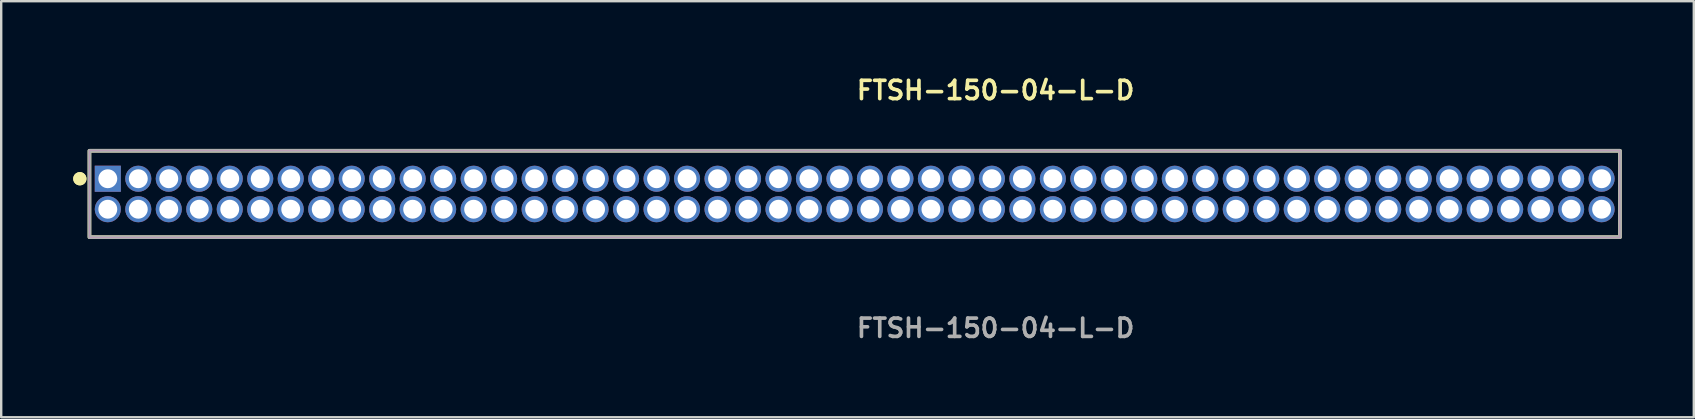
<source format=kicad_pcb>
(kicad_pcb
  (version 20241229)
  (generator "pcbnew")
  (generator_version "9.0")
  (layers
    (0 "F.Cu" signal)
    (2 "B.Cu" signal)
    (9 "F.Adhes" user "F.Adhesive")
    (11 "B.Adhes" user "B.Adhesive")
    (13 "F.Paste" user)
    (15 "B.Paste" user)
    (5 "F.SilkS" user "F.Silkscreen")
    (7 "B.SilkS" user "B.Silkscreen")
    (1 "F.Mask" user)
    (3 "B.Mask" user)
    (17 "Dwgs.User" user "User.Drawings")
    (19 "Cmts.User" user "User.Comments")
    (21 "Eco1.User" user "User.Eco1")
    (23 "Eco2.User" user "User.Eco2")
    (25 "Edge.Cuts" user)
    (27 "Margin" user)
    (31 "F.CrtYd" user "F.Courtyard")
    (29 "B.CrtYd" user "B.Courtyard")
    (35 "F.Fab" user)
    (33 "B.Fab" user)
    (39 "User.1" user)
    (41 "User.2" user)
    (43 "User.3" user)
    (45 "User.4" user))
  (footprint "FTSH-150-04-L-D"
    (layer "F.Cu")
    (at 32.556 5.031)
    (property "Reference" "FTSH-150-04-L-D" (at 0 -4.318 0) (unlocked yes) (layer "F.SilkS") (effects (font (size 0.762 0.762) (thickness 0.152)) (justify left)))
    (fp_rect (start -31.88 1.8) (end 31.88 -1.8) (stroke (width 0.152) (type solid)) (fill no) (layer "F.SilkS"))
    (fp_circle (center -32.28 -0.635) (end -32.48 -0.635) (stroke (width 0.152) (type solid)) (fill yes) (layer "F.SilkS"))
    (fp_circle (center -32.28 -0.635) (end -32.48 -0.635) (stroke (width 0.152) (type solid)) (fill yes) (layer "F.SilkS"))
    (fp_rect (start -31.88 1.8) (end 31.88 -1.8) (stroke (width 0.006) (type solid)) (fill no) (layer "F.CrtYd"))
    (fp_rect (start -31.88 1.8) (end 31.88 -1.8) (stroke (width 0.152) (type solid)) (fill no) (layer "F.Fab"))
    (fp_text user "${REFERENCE}" (at 0 5.588 0) (unlocked yes) (layer "F.Fab") (effects (font (size 0.762 0.762) (thickness 0.152)) (justify left)))
    (pad "1" thru_hole rect (at -31.115 -0.635) (size 1.087 1.087) (drill 0.787) (layers "*.Cu" "*.Mask"))
    (pad "2" thru_hole circle (at -31.115 0.635) (size 1.087 1.087) (drill 0.787) (layers "*.Cu" "*.Mask"))
    (pad "3" thru_hole circle (at -29.845 -0.635) (size 1.087 1.087) (drill 0.787) (layers "*.Cu" "*.Mask"))
    (pad "4" thru_hole circle (at -29.845 0.635) (size 1.087 1.087) (drill 0.787) (layers "*.Cu" "*.Mask"))
    (pad "5" thru_hole circle (at -28.575 -0.635) (size 1.087 1.087) (drill 0.787) (layers "*.Cu" "*.Mask"))
    (pad "6" thru_hole circle (at -28.575 0.635) (size 1.087 1.087) (drill 0.787) (layers "*.Cu" "*.Mask"))
    (pad "7" thru_hole circle (at -27.305 -0.635) (size 1.087 1.087) (drill 0.787) (layers "*.Cu" "*.Mask"))
    (pad "8" thru_hole circle (at -27.305 0.635) (size 1.087 1.087) (drill 0.787) (layers "*.Cu" "*.Mask"))
    (pad "9" thru_hole circle (at -26.035 -0.635) (size 1.087 1.087) (drill 0.787) (layers "*.Cu" "*.Mask"))
    (pad "10" thru_hole circle (at -26.035 0.635) (size 1.087 1.087) (drill 0.787) (layers "*.Cu" "*.Mask"))
    (pad "11" thru_hole circle (at -24.765 -0.635) (size 1.087 1.087) (drill 0.787) (layers "*.Cu" "*.Mask"))
    (pad "12" thru_hole circle (at -24.765 0.635) (size 1.087 1.087) (drill 0.787) (layers "*.Cu" "*.Mask"))
    (pad "13" thru_hole circle (at -23.495 -0.635) (size 1.087 1.087) (drill 0.787) (layers "*.Cu" "*.Mask"))
    (pad "14" thru_hole circle (at -23.495 0.635) (size 1.087 1.087) (drill 0.787) (layers "*.Cu" "*.Mask"))
    (pad "15" thru_hole circle (at -22.225 -0.635) (size 1.087 1.087) (drill 0.787) (layers "*.Cu" "*.Mask"))
    (pad "16" thru_hole circle (at -22.225 0.635) (size 1.087 1.087) (drill 0.787) (layers "*.Cu" "*.Mask"))
    (pad "17" thru_hole circle (at -20.955 -0.635) (size 1.087 1.087) (drill 0.787) (layers "*.Cu" "*.Mask"))
    (pad "18" thru_hole circle (at -20.955 0.635) (size 1.087 1.087) (drill 0.787) (layers "*.Cu" "*.Mask"))
    (pad "19" thru_hole circle (at -19.685 -0.635) (size 1.087 1.087) (drill 0.787) (layers "*.Cu" "*.Mask"))
    (pad "20" thru_hole circle (at -19.685 0.635) (size 1.087 1.087) (drill 0.787) (layers "*.Cu" "*.Mask"))
    (pad "21" thru_hole circle (at -18.415 -0.635) (size 1.087 1.087) (drill 0.787) (layers "*.Cu" "*.Mask"))
    (pad "22" thru_hole circle (at -18.415 0.635) (size 1.087 1.087) (drill 0.787) (layers "*.Cu" "*.Mask"))
    (pad "23" thru_hole circle (at -17.145 -0.635) (size 1.087 1.087) (drill 0.787) (layers "*.Cu" "*.Mask"))
    (pad "24" thru_hole circle (at -17.145 0.635) (size 1.087 1.087) (drill 0.787) (layers "*.Cu" "*.Mask"))
    (pad "25" thru_hole circle (at -15.875 -0.635) (size 1.087 1.087) (drill 0.787) (layers "*.Cu" "*.Mask"))
    (pad "26" thru_hole circle (at -15.875 0.635) (size 1.087 1.087) (drill 0.787) (layers "*.Cu" "*.Mask"))
    (pad "27" thru_hole circle (at -14.605 -0.635) (size 1.087 1.087) (drill 0.787) (layers "*.Cu" "*.Mask"))
    (pad "28" thru_hole circle (at -14.605 0.635) (size 1.087 1.087) (drill 0.787) (layers "*.Cu" "*.Mask"))
    (pad "29" thru_hole circle (at -13.335 -0.635) (size 1.087 1.087) (drill 0.787) (layers "*.Cu" "*.Mask"))
    (pad "30" thru_hole circle (at -13.335 0.635) (size 1.087 1.087) (drill 0.787) (layers "*.Cu" "*.Mask"))
    (pad "31" thru_hole circle (at -12.065 -0.635) (size 1.087 1.087) (drill 0.787) (layers "*.Cu" "*.Mask"))
    (pad "32" thru_hole circle (at -12.065 0.635) (size 1.087 1.087) (drill 0.787) (layers "*.Cu" "*.Mask"))
    (pad "33" thru_hole circle (at -10.795 -0.635) (size 1.087 1.087) (drill 0.787) (layers "*.Cu" "*.Mask"))
    (pad "34" thru_hole circle (at -10.795 0.635) (size 1.087 1.087) (drill 0.787) (layers "*.Cu" "*.Mask"))
    (pad "35" thru_hole circle (at -9.525 -0.635) (size 1.087 1.087) (drill 0.787) (layers "*.Cu" "*.Mask"))
    (pad "36" thru_hole circle (at -9.525 0.635) (size 1.087 1.087) (drill 0.787) (layers "*.Cu" "*.Mask"))
    (pad "37" thru_hole circle (at -8.255 -0.635) (size 1.087 1.087) (drill 0.787) (layers "*.Cu" "*.Mask"))
    (pad "38" thru_hole circle (at -8.255 0.635) (size 1.087 1.087) (drill 0.787) (layers "*.Cu" "*.Mask"))
    (pad "39" thru_hole circle (at -6.985 -0.635) (size 1.087 1.087) (drill 0.787) (layers "*.Cu" "*.Mask"))
    (pad "40" thru_hole circle (at -6.985 0.635) (size 1.087 1.087) (drill 0.787) (layers "*.Cu" "*.Mask"))
    (pad "41" thru_hole circle (at -5.715 -0.635) (size 1.087 1.087) (drill 0.787) (layers "*.Cu" "*.Mask"))
    (pad "42" thru_hole circle (at -5.715 0.635) (size 1.087 1.087) (drill 0.787) (layers "*.Cu" "*.Mask"))
    (pad "43" thru_hole circle (at -4.445 -0.635) (size 1.087 1.087) (drill 0.787) (layers "*.Cu" "*.Mask"))
    (pad "44" thru_hole circle (at -4.445 0.635) (size 1.087 1.087) (drill 0.787) (layers "*.Cu" "*.Mask"))
    (pad "45" thru_hole circle (at -3.175 -0.635) (size 1.087 1.087) (drill 0.787) (layers "*.Cu" "*.Mask"))
    (pad "46" thru_hole circle (at -3.175 0.635) (size 1.087 1.087) (drill 0.787) (layers "*.Cu" "*.Mask"))
    (pad "47" thru_hole circle (at -1.905 -0.635) (size 1.087 1.087) (drill 0.787) (layers "*.Cu" "*.Mask"))
    (pad "48" thru_hole circle (at -1.905 0.635) (size 1.087 1.087) (drill 0.787) (layers "*.Cu" "*.Mask"))
    (pad "49" thru_hole circle (at -0.635 -0.635) (size 1.087 1.087) (drill 0.787) (layers "*.Cu" "*.Mask"))
    (pad "50" thru_hole circle (at -0.635 0.635) (size 1.087 1.087) (drill 0.787) (layers "*.Cu" "*.Mask"))
    (pad "51" thru_hole circle (at 0.635 -0.635) (size 1.087 1.087) (drill 0.787) (layers "*.Cu" "*.Mask"))
    (pad "52" thru_hole circle (at 0.635 0.635) (size 1.087 1.087) (drill 0.787) (layers "*.Cu" "*.Mask"))
    (pad "53" thru_hole circle (at 1.905 -0.635) (size 1.087 1.087) (drill 0.787) (layers "*.Cu" "*.Mask"))
    (pad "54" thru_hole circle (at 1.905 0.635) (size 1.087 1.087) (drill 0.787) (layers "*.Cu" "*.Mask"))
    (pad "55" thru_hole circle (at 3.175 -0.635) (size 1.087 1.087) (drill 0.787) (layers "*.Cu" "*.Mask"))
    (pad "56" thru_hole circle (at 3.175 0.635) (size 1.087 1.087) (drill 0.787) (layers "*.Cu" "*.Mask"))
    (pad "57" thru_hole circle (at 4.445 -0.635) (size 1.087 1.087) (drill 0.787) (layers "*.Cu" "*.Mask"))
    (pad "58" thru_hole circle (at 4.445 0.635) (size 1.087 1.087) (drill 0.787) (layers "*.Cu" "*.Mask"))
    (pad "59" thru_hole circle (at 5.715 -0.635) (size 1.087 1.087) (drill 0.787) (layers "*.Cu" "*.Mask"))
    (pad "60" thru_hole circle (at 5.715 0.635) (size 1.087 1.087) (drill 0.787) (layers "*.Cu" "*.Mask"))
    (pad "61" thru_hole circle (at 6.985 -0.635) (size 1.087 1.087) (drill 0.787) (layers "*.Cu" "*.Mask"))
    (pad "62" thru_hole circle (at 6.985 0.635) (size 1.087 1.087) (drill 0.787) (layers "*.Cu" "*.Mask"))
    (pad "63" thru_hole circle (at 8.255 -0.635) (size 1.087 1.087) (drill 0.787) (layers "*.Cu" "*.Mask"))
    (pad "64" thru_hole circle (at 8.255 0.635) (size 1.087 1.087) (drill 0.787) (layers "*.Cu" "*.Mask"))
    (pad "65" thru_hole circle (at 9.525 -0.635) (size 1.087 1.087) (drill 0.787) (layers "*.Cu" "*.Mask"))
    (pad "66" thru_hole circle (at 9.525 0.635) (size 1.087 1.087) (drill 0.787) (layers "*.Cu" "*.Mask"))
    (pad "67" thru_hole circle (at 10.795 -0.635) (size 1.087 1.087) (drill 0.787) (layers "*.Cu" "*.Mask"))
    (pad "68" thru_hole circle (at 10.795 0.635) (size 1.087 1.087) (drill 0.787) (layers "*.Cu" "*.Mask"))
    (pad "69" thru_hole circle (at 12.065 -0.635) (size 1.087 1.087) (drill 0.787) (layers "*.Cu" "*.Mask"))
    (pad "70" thru_hole circle (at 12.065 0.635) (size 1.087 1.087) (drill 0.787) (layers "*.Cu" "*.Mask"))
    (pad "71" thru_hole circle (at 13.335 -0.635) (size 1.087 1.087) (drill 0.787) (layers "*.Cu" "*.Mask"))
    (pad "72" thru_hole circle (at 13.335 0.635) (size 1.087 1.087) (drill 0.787) (layers "*.Cu" "*.Mask"))
    (pad "73" thru_hole circle (at 14.605 -0.635) (size 1.087 1.087) (drill 0.787) (layers "*.Cu" "*.Mask"))
    (pad "74" thru_hole circle (at 14.605 0.635) (size 1.087 1.087) (drill 0.787) (layers "*.Cu" "*.Mask"))
    (pad "75" thru_hole circle (at 15.875 -0.635) (size 1.087 1.087) (drill 0.787) (layers "*.Cu" "*.Mask"))
    (pad "76" thru_hole circle (at 15.875 0.635) (size 1.087 1.087) (drill 0.787) (layers "*.Cu" "*.Mask"))
    (pad "77" thru_hole circle (at 17.145 -0.635) (size 1.087 1.087) (drill 0.787) (layers "*.Cu" "*.Mask"))
    (pad "78" thru_hole circle (at 17.145 0.635) (size 1.087 1.087) (drill 0.787) (layers "*.Cu" "*.Mask"))
    (pad "79" thru_hole circle (at 18.415 -0.635) (size 1.087 1.087) (drill 0.787) (layers "*.Cu" "*.Mask"))
    (pad "80" thru_hole circle (at 18.415 0.635) (size 1.087 1.087) (drill 0.787) (layers "*.Cu" "*.Mask"))
    (pad "81" thru_hole circle (at 19.685 -0.635) (size 1.087 1.087) (drill 0.787) (layers "*.Cu" "*.Mask"))
    (pad "82" thru_hole circle (at 19.685 0.635) (size 1.087 1.087) (drill 0.787) (layers "*.Cu" "*.Mask"))
    (pad "83" thru_hole circle (at 20.955 -0.635) (size 1.087 1.087) (drill 0.787) (layers "*.Cu" "*.Mask"))
    (pad "84" thru_hole circle (at 20.955 0.635) (size 1.087 1.087) (drill 0.787) (layers "*.Cu" "*.Mask"))
    (pad "85" thru_hole circle (at 22.225 -0.635) (size 1.087 1.087) (drill 0.787) (layers "*.Cu" "*.Mask"))
    (pad "86" thru_hole circle (at 22.225 0.635) (size 1.087 1.087) (drill 0.787) (layers "*.Cu" "*.Mask"))
    (pad "87" thru_hole circle (at 23.495 -0.635) (size 1.087 1.087) (drill 0.787) (layers "*.Cu" "*.Mask"))
    (pad "88" thru_hole circle (at 23.495 0.635) (size 1.087 1.087) (drill 0.787) (layers "*.Cu" "*.Mask"))
    (pad "89" thru_hole circle (at 24.765 -0.635) (size 1.087 1.087) (drill 0.787) (layers "*.Cu" "*.Mask"))
    (pad "90" thru_hole circle (at 24.765 0.635) (size 1.087 1.087) (drill 0.787) (layers "*.Cu" "*.Mask"))
    (pad "91" thru_hole circle (at 26.035 -0.635) (size 1.087 1.087) (drill 0.787) (layers "*.Cu" "*.Mask"))
    (pad "92" thru_hole circle (at 26.035 0.635) (size 1.087 1.087) (drill 0.787) (layers "*.Cu" "*.Mask"))
    (pad "93" thru_hole circle (at 27.305 -0.635) (size 1.087 1.087) (drill 0.787) (layers "*.Cu" "*.Mask"))
    (pad "94" thru_hole circle (at 27.305 0.635) (size 1.087 1.087) (drill 0.787) (layers "*.Cu" "*.Mask"))
    (pad "95" thru_hole circle (at 28.575 -0.635) (size 1.087 1.087) (drill 0.787) (layers "*.Cu" "*.Mask"))
    (pad "96" thru_hole circle (at 28.575 0.635) (size 1.087 1.087) (drill 0.787) (layers "*.Cu" "*.Mask"))
    (pad "97" thru_hole circle (at 29.845 -0.635) (size 1.087 1.087) (drill 0.787) (layers "*.Cu" "*.Mask"))
    (pad "98" thru_hole circle (at 29.845 0.635) (size 1.087 1.087) (drill 0.787) (layers "*.Cu" "*.Mask"))
    (pad "99" thru_hole circle (at 31.115 -0.635) (size 1.087 1.087) (drill 0.787) (layers "*.Cu" "*.Mask"))
    (pad "100" thru_hole circle (at 31.115 0.635) (size 1.087 1.087) (drill 0.787) (layers "*.Cu" "*.Mask")))
  (gr_rect
    (start -3 -3)
    (end 67.512 14.332)
    (stroke (width 0.1) (type default))
    (fill no)
    (layer "Edge.Cuts")))
</source>
